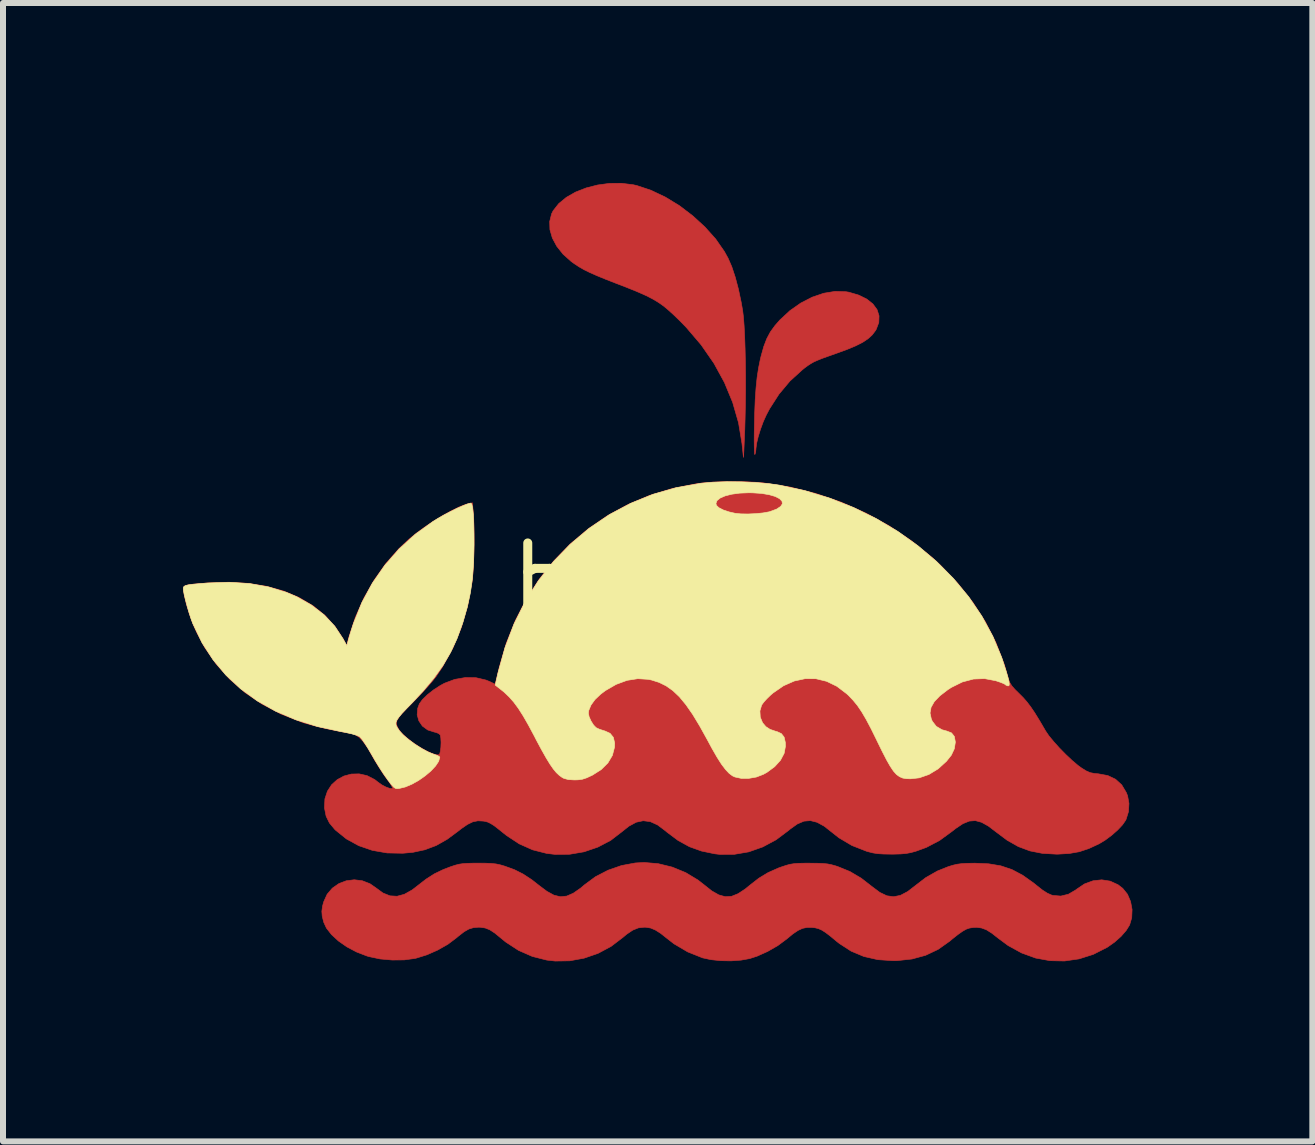
<source format=kicad_pcb>
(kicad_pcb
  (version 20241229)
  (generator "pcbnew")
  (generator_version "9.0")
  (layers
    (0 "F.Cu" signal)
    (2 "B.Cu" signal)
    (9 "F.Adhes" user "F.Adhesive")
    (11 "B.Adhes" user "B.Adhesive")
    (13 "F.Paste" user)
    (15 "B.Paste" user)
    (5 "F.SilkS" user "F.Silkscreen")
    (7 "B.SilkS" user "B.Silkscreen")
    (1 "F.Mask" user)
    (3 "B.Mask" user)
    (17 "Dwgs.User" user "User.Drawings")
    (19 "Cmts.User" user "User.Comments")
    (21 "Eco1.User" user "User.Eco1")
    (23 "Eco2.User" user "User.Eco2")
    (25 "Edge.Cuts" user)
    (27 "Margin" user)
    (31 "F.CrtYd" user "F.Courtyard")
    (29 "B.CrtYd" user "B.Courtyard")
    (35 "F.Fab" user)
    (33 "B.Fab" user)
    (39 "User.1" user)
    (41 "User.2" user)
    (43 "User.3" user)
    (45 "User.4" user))
  (footprint "beluga"
    (layer "F.Cu")
    (at 8.62 6.691)
    (property "Reference" "beluga" (at 0 0 0) (layer "F.SilkS") (effects (font (size 1.27 1.27) (thickness 0.15))))
    (attr through_hole)
    (fp_poly (pts (xy 2.433 -4.878) (xy 2.481 -4.87) (xy 2.644 -4.822) (xy 2.778 -4.756) (xy 2.881 -4.674) (xy 2.95 -4.58) (xy 2.983 -4.476) (xy 2.979 -4.365) (xy 2.936 -4.251) (xy 2.922 -4.228) (xy 2.869 -4.158) (xy 2.801 -4.096) (xy 2.712 -4.036) (xy 2.596 -3.977) (xy 2.45 -3.916) (xy 2.283 -3.855) (xy 2.145 -3.806) (xy 2.039 -3.768) (xy 1.959 -3.736) (xy 1.896 -3.708) (xy 1.845 -3.679) (xy 1.796 -3.647) (xy 1.743 -3.608) (xy 1.7 -3.573) (xy 1.498 -3.389) (xy 1.316 -3.172) (xy 1.159 -2.928) (xy 1.104 -2.824) (xy 1.053 -2.711) (xy 1.007 -2.586) (xy 0.969 -2.462) (xy 0.942 -2.35) (xy 0.931 -2.262) (xy 0.931 -2.256) (xy 0.925 -2.2) (xy 0.913 -2.163) (xy 0.909 -2.175) (xy 0.905 -2.224) (xy 0.903 -2.303) (xy 0.902 -2.408) (xy 0.903 -2.533) (xy 0.904 -2.587) (xy 0.91 -2.852) (xy 0.919 -3.082) (xy 0.933 -3.28) (xy 0.951 -3.454) (xy 0.975 -3.609) (xy 1.004 -3.752) (xy 1.016 -3.802) (xy 1.061 -3.963) (xy 1.111 -4.094) (xy 1.171 -4.207) (xy 1.247 -4.312) (xy 1.331 -4.408) (xy 1.498 -4.563) (xy 1.679 -4.69) (xy 1.868 -4.787) (xy 2.061 -4.853) (xy 2.251 -4.884) (xy 2.433 -4.878)) (stroke (width 0.01) (type solid)) (fill yes) (layer "F.Cu"))
    (fp_poly (pts (xy -1.118 -6.662) (xy -1.058 -6.649) (xy -0.82 -6.57) (xy -0.58 -6.456) (xy -0.345 -6.313) (xy -0.123 -6.144) (xy 0.081 -5.957) (xy 0.26 -5.757) (xy 0.406 -5.547) (xy 0.467 -5.436) (xy 0.528 -5.296) (xy 0.586 -5.121) (xy 0.639 -4.921) (xy 0.685 -4.704) (xy 0.71 -4.561) (xy 0.723 -4.453) (xy 0.734 -4.308) (xy 0.743 -4.132) (xy 0.75 -3.932) (xy 0.755 -3.712) (xy 0.758 -3.479) (xy 0.758 -3.238) (xy 0.755 -2.996) (xy 0.75 -2.757) (xy 0.745 -2.582) (xy 0.739 -2.445) (xy 0.734 -2.324) (xy 0.73 -2.226) (xy 0.726 -2.156) (xy 0.724 -2.12) (xy 0.723 -2.117) (xy 0.719 -2.151) (xy 0.712 -2.216) (xy 0.703 -2.301) (xy 0.698 -2.349) (xy 0.641 -2.694) (xy 0.543 -3.034) (xy 0.406 -3.365) (xy 0.231 -3.685) (xy 0.018 -3.992) (xy -0.23 -4.283) (xy -0.331 -4.387) (xy -0.433 -4.486) (xy -0.524 -4.569) (xy -0.609 -4.64) (xy -0.696 -4.701) (xy -0.79 -4.757) (xy -0.897 -4.812) (xy -1.025 -4.869) (xy -1.179 -4.932) (xy -1.366 -5.005) (xy -1.39 -5.014) (xy -1.57 -5.084) (xy -1.716 -5.144) (xy -1.834 -5.196) (xy -1.932 -5.244) (xy -2.016 -5.292) (xy -2.092 -5.342) (xy -2.149 -5.383) (xy -2.284 -5.504) (xy -2.389 -5.636) (xy -2.463 -5.774) (xy -2.503 -5.913) (xy -2.507 -6.049) (xy -2.475 -6.177) (xy -2.45 -6.227) (xy -2.357 -6.346) (xy -2.23 -6.451) (xy -2.076 -6.539) (xy -1.9 -6.608) (xy -1.71 -6.657) (xy -1.512 -6.684) (xy -1.313 -6.686) (xy -1.118 -6.662)) (stroke (width 0.01) (type solid)) (fill yes) (layer "F.Cu"))
    (fp_poly (pts (xy -0.697 4.656) (xy -0.464 4.713) (xy -0.24 4.805) (xy -0.036 4.928) (xy 0.064 5.006) (xy 0.195 5.11) (xy 0.311 5.176) (xy 0.419 5.206) (xy 0.525 5.2) (xy 0.634 5.156) (xy 0.754 5.077) (xy 0.822 5.021) (xy 0.978 4.899) (xy 1.133 4.805) (xy 1.306 4.728) (xy 1.365 4.707) (xy 1.438 4.683) (xy 1.501 4.666) (xy 1.565 4.656) (xy 1.641 4.65) (xy 1.74 4.648) (xy 1.831 4.648) (xy 1.956 4.649) (xy 2.05 4.653) (xy 2.124 4.66) (xy 2.189 4.673) (xy 2.258 4.692) (xy 2.297 4.705) (xy 2.498 4.787) (xy 2.686 4.898) (xy 2.869 5.04) (xy 2.996 5.135) (xy 3.113 5.191) (xy 3.226 5.207) (xy 3.34 5.184) (xy 3.46 5.121) (xy 3.57 5.036) (xy 3.761 4.889) (xy 3.956 4.778) (xy 4.138 4.705) (xy 4.217 4.681) (xy 4.287 4.665) (xy 4.362 4.655) (xy 4.453 4.65) (xy 4.573 4.648) (xy 4.583 4.648) (xy 4.811 4.658) (xy 5.013 4.692) (xy 5.198 4.754) (xy 5.376 4.848) (xy 5.558 4.977) (xy 5.606 5.016) (xy 5.706 5.095) (xy 5.787 5.147) (xy 5.856 5.178) (xy 5.881 5.185) (xy 6.013 5.196) (xy 6.14 5.165) (xy 6.26 5.095) (xy 6.272 5.085) (xy 6.407 4.994) (xy 6.55 4.941) (xy 6.695 4.925) (xy 6.836 4.947) (xy 6.967 5.007) (xy 7.045 5.067) (xy 7.124 5.165) (xy 7.176 5.287) (xy 7.201 5.421) (xy 7.195 5.558) (xy 7.16 5.677) (xy 7.103 5.769) (xy 7.017 5.868) (xy 6.909 5.964) (xy 6.79 6.048) (xy 6.785 6.051) (xy 6.554 6.168) (xy 6.317 6.243) (xy 6.075 6.278) (xy 5.833 6.273) (xy 5.593 6.229) (xy 5.359 6.144) (xy 5.135 6.021) (xy 4.969 5.898) (xy 4.862 5.814) (xy 4.773 5.758) (xy 4.692 5.728) (xy 4.611 5.717) (xy 4.549 5.72) (xy 4.492 5.729) (xy 4.436 5.748) (xy 4.376 5.782) (xy 4.302 5.834) (xy 4.208 5.908) (xy 4.162 5.947) (xy 3.969 6.084) (xy 3.76 6.183) (xy 3.533 6.245) (xy 3.286 6.272) (xy 3.217 6.273) (xy 2.963 6.256) (xy 2.73 6.203) (xy 2.518 6.114) (xy 2.322 5.987) (xy 2.275 5.95) (xy 2.173 5.865) (xy 2.093 5.804) (xy 2.03 5.764) (xy 1.974 5.739) (xy 1.918 5.725) (xy 1.864 5.719) (xy 1.782 5.719) (xy 1.708 5.734) (xy 1.632 5.769) (xy 1.546 5.827) (xy 1.442 5.913) (xy 1.439 5.915) (xy 1.295 6.022) (xy 1.126 6.119) (xy 0.95 6.198) (xy 0.826 6.238) (xy 0.682 6.264) (xy 0.516 6.276) (xy 0.344 6.273) (xy 0.181 6.256) (xy 0.043 6.226) (xy 0.042 6.226) (xy -0.206 6.127) (xy -0.435 5.992) (xy -0.552 5.901) (xy -0.658 5.817) (xy -0.745 5.762) (xy -0.823 5.729) (xy -0.901 5.716) (xy -0.931 5.715) (xy -1.029 5.726) (xy -1.123 5.764) (xy -1.224 5.832) (xy -1.287 5.885) (xy -1.484 6.035) (xy -1.701 6.151) (xy -1.933 6.231) (xy -2.173 6.275) (xy -2.415 6.279) (xy -2.556 6.263) (xy -2.797 6.202) (xy -3.027 6.101) (xy -3.24 5.962) (xy -3.323 5.894) (xy -3.423 5.812) (xy -3.506 5.758) (xy -3.582 5.728) (xy -3.662 5.716) (xy -3.694 5.715) (xy -3.777 5.722) (xy -3.854 5.745) (xy -3.933 5.79) (xy -4.025 5.861) (xy -4.064 5.894) (xy -4.205 6) (xy -4.374 6.096) (xy -4.553 6.175) (xy -4.73 6.23) (xy -4.75 6.235) (xy -4.932 6.26) (xy -5.132 6.262) (xy -5.334 6.244) (xy -5.519 6.205) (xy -5.556 6.194) (xy -5.729 6.127) (xy -5.889 6.042) (xy -6.029 5.944) (xy -6.144 5.838) (xy -6.229 5.729) (xy -6.274 5.631) (xy -6.299 5.531) (xy -6.305 5.45) (xy -6.294 5.366) (xy -6.275 5.294) (xy -6.217 5.166) (xy -6.13 5.064) (xy -6.021 4.988) (xy -5.898 4.941) (xy -5.765 4.924) (xy -5.632 4.94) (xy -5.503 4.99) (xy -5.405 5.058) (xy -5.286 5.145) (xy -5.169 5.192) (xy -5.051 5.199) (xy -4.929 5.166) (xy -4.799 5.093) (xy -4.715 5.028) (xy -4.568 4.914) (xy -4.429 4.825) (xy -4.284 4.755) (xy -4.159 4.707) (xy -4.084 4.682) (xy -4.019 4.665) (xy -3.951 4.655) (xy -3.87 4.65) (xy -3.764 4.647) (xy -3.704 4.647) (xy -3.577 4.648) (xy -3.481 4.652) (xy -3.403 4.66) (xy -3.332 4.675) (xy -3.26 4.696) (xy -3.097 4.755) (xy -2.95 4.829) (xy -2.805 4.924) (xy -2.684 5.019) (xy -2.552 5.118) (xy -2.436 5.181) (xy -2.329 5.207) (xy -2.223 5.196) (xy -2.113 5.148) (xy -1.992 5.064) (xy -1.926 5.008) (xy -1.743 4.873) (xy -1.534 4.765) (xy -1.31 4.687) (xy -1.079 4.644) (xy -0.931 4.636) (xy -0.697 4.656)) (stroke (width 0.01) (type solid)) (fill yes) (layer "F.Cu"))
    (fp_poly (pts (xy 0.742 -1.711) (xy 0.916 -1.703) (xy 1.054 -1.692) (xy 1.495 -1.624) (xy 1.929 -1.515) (xy 2.354 -1.37) (xy 2.764 -1.188) (xy 3.157 -0.972) (xy 3.526 -0.724) (xy 3.87 -0.446) (xy 4.008 -0.318) (xy 4.298 -0.014) (xy 4.547 0.3) (xy 4.758 0.628) (xy 4.932 0.972) (xy 5.071 1.334) (xy 5.144 1.586) (xy 5.164 1.64) (xy 5.197 1.693) (xy 5.251 1.754) (xy 5.32 1.822) (xy 5.387 1.889) (xy 5.449 1.96) (xy 5.512 2.043) (xy 5.581 2.145) (xy 5.658 2.27) (xy 5.75 2.427) (xy 5.759 2.443) (xy 5.814 2.524) (xy 5.894 2.621) (xy 5.99 2.728) (xy 6.095 2.835) (xy 6.201 2.935) (xy 6.299 3.018) (xy 6.361 3.063) (xy 6.437 3.11) (xy 6.501 3.138) (xy 6.572 3.152) (xy 6.639 3.158) (xy 6.796 3.187) (xy 6.925 3.248) (xy 7.028 3.342) (xy 7.104 3.469) (xy 7.126 3.524) (xy 7.149 3.652) (xy 7.141 3.789) (xy 7.101 3.917) (xy 7.094 3.932) (xy 7.041 4.009) (xy 6.959 4.096) (xy 6.859 4.184) (xy 6.75 4.265) (xy 6.65 4.325) (xy 6.48 4.404) (xy 6.32 4.457) (xy 6.154 4.486) (xy 5.966 4.497) (xy 5.937 4.497) (xy 5.706 4.484) (xy 5.498 4.443) (xy 5.305 4.371) (xy 5.118 4.265) (xy 4.934 4.127) (xy 4.805 4.029) (xy 4.692 3.966) (xy 4.588 3.938) (xy 4.487 3.946) (xy 4.381 3.989) (xy 4.264 4.067) (xy 4.203 4.115) (xy 3.992 4.269) (xy 3.771 4.385) (xy 3.598 4.448) (xy 3.514 4.471) (xy 3.433 4.486) (xy 3.34 4.494) (xy 3.223 4.497) (xy 3.186 4.497) (xy 3.06 4.495) (xy 2.962 4.489) (xy 2.879 4.476) (xy 2.797 4.455) (xy 2.773 4.448) (xy 2.531 4.353) (xy 2.315 4.225) (xy 2.201 4.135) (xy 2.069 4.031) (xy 1.95 3.966) (xy 1.839 3.938) (xy 1.731 3.947) (xy 1.621 3.994) (xy 1.503 4.078) (xy 1.48 4.098) (xy 1.268 4.257) (xy 1.044 4.377) (xy 0.811 4.459) (xy 0.571 4.5) (xy 0.328 4.501) (xy 0.242 4.491) (xy 0.022 4.445) (xy -0.178 4.373) (xy -0.367 4.269) (xy -0.554 4.129) (xy -0.581 4.106) (xy -0.709 4.01) (xy -0.83 3.955) (xy -0.948 3.94) (xy -1.065 3.965) (xy -1.187 4.031) (xy -1.301 4.122) (xy -1.491 4.268) (xy -1.705 4.38) (xy -1.934 4.458) (xy -2.174 4.499) (xy -2.418 4.501) (xy -2.556 4.485) (xy -2.792 4.425) (xy -3.016 4.325) (xy -3.228 4.185) (xy -3.267 4.154) (xy -3.363 4.077) (xy -3.434 4.022) (xy -3.49 3.987) (xy -3.536 3.964) (xy -3.581 3.951) (xy -3.613 3.946) (xy -3.703 3.941) (xy -3.788 3.958) (xy -3.877 4.001) (xy -3.98 4.072) (xy -4.024 4.107) (xy -4.214 4.248) (xy -4.399 4.353) (xy -4.588 4.424) (xy -4.789 4.467) (xy -4.955 4.482) (xy -5.217 4.477) (xy -5.463 4.434) (xy -5.69 4.356) (xy -5.896 4.243) (xy -6.078 4.096) (xy -6.089 4.085) (xy -6.179 3.977) (xy -6.234 3.864) (xy -6.26 3.733) (xy -6.261 3.719) (xy -6.254 3.575) (xy -6.212 3.448) (xy -6.142 3.34) (xy -6.048 3.255) (xy -5.937 3.195) (xy -5.813 3.162) (xy -5.683 3.159) (xy -5.552 3.188) (xy -5.425 3.253) (xy -5.365 3.3) (xy -5.306 3.342) (xy -5.238 3.378) (xy -5.174 3.401) (xy -5.128 3.405) (xy -5.124 3.404) (xy -5.128 3.386) (xy -5.153 3.341) (xy -5.195 3.279) (xy -5.225 3.239) (xy -5.286 3.152) (xy -5.356 3.043) (xy -5.426 2.928) (xy -5.469 2.852) (xy -5.548 2.715) (xy -5.62 2.615) (xy -5.688 2.545) (xy -5.756 2.503) (xy -5.815 2.486) (xy -6.032 2.446) (xy -6.24 2.403) (xy -6.429 2.357) (xy -6.59 2.313) (xy -6.643 2.295) (xy -6.986 2.161) (xy -7.301 1.996) (xy -7.586 1.803) (xy -7.841 1.58) (xy -8.065 1.33) (xy -8.257 1.053) (xy -8.391 0.802) (xy -8.457 0.649) (xy -8.516 0.485) (xy -8.565 0.324) (xy -8.598 0.18) (xy -8.606 0.13) (xy -8.611 0.089) (xy -8.611 0.058) (xy -8.601 0.035) (xy -8.574 0.019) (xy -8.527 0.007) (xy -8.453 -0.003) (xy -8.347 -0.013) (xy -8.206 -0.024) (xy -7.859 -0.036) (xy -7.531 -0.017) (xy -7.225 0.032) (xy -6.942 0.111) (xy -6.685 0.219) (xy -6.454 0.355) (xy -6.252 0.518) (xy -6.081 0.709) (xy -5.949 0.911) (xy -5.891 1.018) (xy -5.853 0.874) (xy -5.747 0.549) (xy -5.607 0.233) (xy -5.436 -0.067) (xy -5.24 -0.346) (xy -5.02 -0.596) (xy -4.852 -0.754) (xy -4.725 -0.857) (xy -4.583 -0.96) (xy -4.433 -1.06) (xy -4.283 -1.151) (xy -4.14 -1.23) (xy -4.011 -1.293) (xy -3.903 -1.334) (xy -3.857 -1.346) (xy -3.795 -1.359) (xy -3.782 -1.214) (xy -3.773 -1.089) (xy -3.769 -0.935) (xy -3.767 -0.762) (xy -3.769 -0.583) (xy -3.774 -0.406) (xy -3.782 -0.244) (xy -3.793 -0.107) (xy -3.801 -0.038) (xy -3.874 0.354) (xy -3.981 0.722) (xy -4.122 1.064) (xy -4.298 1.382) (xy -4.398 1.532) (xy -4.455 1.605) (xy -4.535 1.698) (xy -4.628 1.801) (xy -4.728 1.906) (xy -4.792 1.971) (xy -4.896 2.075) (xy -4.972 2.156) (xy -5.023 2.218) (xy -5.053 2.268) (xy -5.063 2.31) (xy -5.056 2.351) (xy -5.036 2.395) (xy -5.024 2.417) (xy -4.973 2.481) (xy -4.892 2.555) (xy -4.793 2.633) (xy -4.683 2.707) (xy -4.574 2.77) (xy -4.474 2.817) (xy -4.413 2.836) (xy -4.365 2.844) (xy -4.342 2.83) (xy -4.331 2.789) (xy -4.321 2.716) (xy -4.318 2.634) (xy -4.322 2.559) (xy -4.331 2.51) (xy -4.359 2.485) (xy -4.414 2.465) (xy -4.427 2.463) (xy -4.54 2.427) (xy -4.629 2.362) (xy -4.688 2.275) (xy -4.716 2.174) (xy -4.707 2.066) (xy -4.679 1.991) (xy -4.628 1.92) (xy -4.547 1.841) (xy -4.446 1.761) (xy -4.334 1.688) (xy -4.263 1.649) (xy -4.091 1.584) (xy -3.912 1.553) (xy -3.735 1.556) (xy -3.569 1.595) (xy -3.501 1.623) (xy -3.416 1.664) (xy -3.347 1.378) (xy -3.23 0.978) (xy -3.079 0.6) (xy -2.894 0.243) (xy -2.679 -0.09) (xy -2.434 -0.397) (xy -2.162 -0.676) (xy -1.864 -0.926) (xy -1.544 -1.145) (xy -1.201 -1.332) (xy -0.84 -1.484) (xy -0.46 -1.599) (xy -0.065 -1.677) (xy 0.053 -1.692) (xy 0.197 -1.704) (xy 0.369 -1.711) (xy 0.555 -1.713) (xy 0.742 -1.711)) (stroke (width 0.01) (type solid)) (fill yes) (layer "F.Cu"))
    (fp_poly (pts (xy 2.445 -4.873) (xy 2.627 -4.823) (xy 2.797 -4.739) (xy 2.799 -4.738) (xy 2.9 -4.653) (xy 2.963 -4.556) (xy 2.986 -4.449) (xy 2.97 -4.338) (xy 2.915 -4.225) (xy 2.831 -4.127) (xy 2.764 -4.071) (xy 2.68 -4.018) (xy 2.574 -3.966) (xy 2.439 -3.911) (xy 2.271 -3.851) (xy 2.239 -3.84) (xy 2.084 -3.786) (xy 1.96 -3.736) (xy 1.857 -3.685) (xy 1.766 -3.626) (xy 1.677 -3.555) (xy 1.579 -3.465) (xy 1.553 -3.44) (xy 1.349 -3.214) (xy 1.183 -2.974) (xy 1.056 -2.723) (xy 0.969 -2.463) (xy 0.942 -2.337) (xy 0.927 -2.254) (xy 0.914 -2.188) (xy 0.904 -2.149) (xy 0.902 -2.143) (xy 0.899 -2.16) (xy 0.898 -2.211) (xy 0.899 -2.289) (xy 0.901 -2.386) (xy 0.902 -2.396) (xy 0.905 -2.514) (xy 0.909 -2.659) (xy 0.914 -2.814) (xy 0.918 -2.963) (xy 0.919 -3.006) (xy 0.935 -3.287) (xy 0.965 -3.545) (xy 1.009 -3.777) (xy 1.066 -3.978) (xy 1.135 -4.143) (xy 1.159 -4.187) (xy 1.266 -4.336) (xy 1.406 -4.48) (xy 1.571 -4.612) (xy 1.751 -4.726) (xy 1.936 -4.814) (xy 2.08 -4.861) (xy 2.259 -4.886) (xy 2.445 -4.873)) (stroke (width 0.01) (type solid)) (fill yes) (layer "F.Mask"))
    (fp_poly (pts (xy -1.235 -6.679) (xy -1.113 -6.663) (xy -1.098 -6.66) (xy -0.874 -6.59) (xy -0.643 -6.486) (xy -0.412 -6.352) (xy -0.191 -6.196) (xy 0.014 -6.021) (xy 0.194 -5.833) (xy 0.275 -5.733) (xy 0.383 -5.58) (xy 0.465 -5.437) (xy 0.53 -5.288) (xy 0.579 -5.143) (xy 0.631 -4.952) (xy 0.674 -4.761) (xy 0.707 -4.563) (xy 0.731 -4.352) (xy 0.748 -4.12) (xy 0.757 -3.861) (xy 0.759 -3.568) (xy 0.759 -3.503) (xy 0.758 -3.358) (xy 0.756 -3.202) (xy 0.754 -3.039) (xy 0.751 -2.874) (xy 0.747 -2.714) (xy 0.743 -2.562) (xy 0.739 -2.425) (xy 0.735 -2.307) (xy 0.732 -2.213) (xy 0.728 -2.149) (xy 0.725 -2.12) (xy 0.724 -2.12) (xy 0.72 -2.145) (xy 0.713 -2.203) (xy 0.705 -2.285) (xy 0.698 -2.353) (xy 0.641 -2.702) (xy 0.543 -3.043) (xy 0.404 -3.377) (xy 0.224 -3.702) (xy 0.003 -4.018) (xy -0.148 -4.202) (xy -0.279 -4.348) (xy -0.401 -4.471) (xy -0.521 -4.577) (xy -0.646 -4.669) (xy -0.782 -4.752) (xy -0.937 -4.83) (xy -1.118 -4.909) (xy -1.331 -4.993) (xy -1.376 -5.01) (xy -1.614 -5.104) (xy -1.815 -5.192) (xy -1.982 -5.278) (xy -2.12 -5.365) (xy -2.233 -5.455) (xy -2.325 -5.552) (xy -2.399 -5.658) (xy -2.452 -5.757) (xy -2.5 -5.902) (xy -2.506 -6.045) (xy -2.471 -6.181) (xy -2.398 -6.304) (xy -2.312 -6.392) (xy -2.225 -6.453) (xy -2.11 -6.517) (xy -1.984 -6.576) (xy -1.86 -6.622) (xy -1.81 -6.638) (xy -1.683 -6.663) (xy -1.535 -6.679) (xy -1.381 -6.684) (xy -1.235 -6.679)) (stroke (width 0.01) (type solid)) (fill yes) (layer "F.Mask"))
    (fp_poly (pts (xy 1.978 4.644) (xy 2.215 4.687) (xy 2.447 4.77) (xy 2.669 4.891) (xy 2.874 5.046) (xy 2.998 5.14) (xy 3.116 5.194) (xy 3.231 5.208) (xy 3.347 5.182) (xy 3.47 5.115) (xy 3.566 5.04) (xy 3.77 4.884) (xy 3.978 4.768) (xy 4.194 4.691) (xy 4.426 4.648) (xy 4.509 4.641) (xy 4.757 4.648) (xy 4.999 4.694) (xy 5.23 4.777) (xy 5.444 4.896) (xy 5.588 5.006) (xy 5.683 5.086) (xy 5.758 5.139) (xy 5.824 5.172) (xy 5.891 5.188) (xy 5.969 5.193) (xy 5.98 5.193) (xy 6.067 5.189) (xy 6.137 5.172) (xy 6.205 5.137) (xy 6.286 5.079) (xy 6.302 5.066) (xy 6.42 4.986) (xy 6.538 4.942) (xy 6.669 4.928) (xy 6.673 4.928) (xy 6.82 4.947) (xy 6.949 5.002) (xy 7.057 5.088) (xy 7.138 5.2) (xy 7.187 5.334) (xy 7.201 5.46) (xy 7.192 5.573) (xy 7.161 5.67) (xy 7.104 5.763) (xy 7.015 5.861) (xy 6.979 5.896) (xy 6.788 6.046) (xy 6.579 6.158) (xy 6.352 6.233) (xy 6.105 6.269) (xy 5.98 6.274) (xy 5.805 6.267) (xy 5.66 6.249) (xy 5.609 6.238) (xy 5.437 6.179) (xy 5.261 6.095) (xy 5.098 5.995) (xy 4.995 5.916) (xy 4.887 5.827) (xy 4.796 5.767) (xy 4.714 5.731) (xy 4.633 5.716) (xy 4.598 5.715) (xy 4.517 5.723) (xy 4.435 5.751) (xy 4.345 5.802) (xy 4.24 5.88) (xy 4.18 5.93) (xy 3.983 6.071) (xy 3.767 6.177) (xy 3.538 6.246) (xy 3.302 6.278) (xy 3.063 6.273) (xy 2.828 6.231) (xy 2.6 6.15) (xy 2.455 6.075) (xy 2.366 6.017) (xy 2.269 5.946) (xy 2.191 5.883) (xy 2.092 5.803) (xy 2.007 5.751) (xy 1.925 5.724) (xy 1.837 5.715) (xy 1.831 5.715) (xy 1.748 5.721) (xy 1.672 5.744) (xy 1.594 5.787) (xy 1.503 5.856) (xy 1.45 5.903) (xy 1.293 6.022) (xy 1.11 6.126) (xy 0.919 6.207) (xy 0.826 6.236) (xy 0.701 6.259) (xy 0.552 6.272) (xy 0.393 6.273) (xy 0.24 6.264) (xy 0.109 6.243) (xy 0.085 6.238) (xy -0.092 6.177) (xy -0.275 6.089) (xy -0.446 5.983) (xy -0.54 5.91) (xy -0.642 5.827) (xy -0.724 5.771) (xy -0.793 5.736) (xy -0.858 5.719) (xy -0.92 5.715) (xy -1.024 5.726) (xy -1.12 5.762) (xy -1.22 5.828) (xy -1.28 5.879) (xy -1.486 6.035) (xy -1.709 6.153) (xy -1.946 6.234) (xy -2.192 6.275) (xy -2.444 6.275) (xy -2.545 6.264) (xy -2.779 6.208) (xy -3.005 6.112) (xy -3.22 5.975) (xy -3.328 5.887) (xy -3.428 5.807) (xy -3.512 5.754) (xy -3.591 5.725) (xy -3.675 5.715) (xy -3.694 5.715) (xy -3.779 5.722) (xy -3.856 5.745) (xy -3.937 5.791) (xy -4.03 5.863) (xy -4.064 5.892) (xy -4.264 6.039) (xy -4.491 6.153) (xy -4.636 6.205) (xy -4.764 6.234) (xy -4.919 6.252) (xy -5.086 6.258) (xy -5.252 6.252) (xy -5.401 6.235) (xy -5.482 6.217) (xy -5.675 6.15) (xy -5.851 6.063) (xy -6.004 5.96) (xy -6.13 5.844) (xy -6.225 5.72) (xy -6.284 5.59) (xy -6.3 5.519) (xy -6.299 5.38) (xy -6.261 5.25) (xy -6.191 5.135) (xy -6.094 5.04) (xy -5.976 4.971) (xy -5.84 4.934) (xy -5.768 4.929) (xy -5.635 4.941) (xy -5.525 4.979) (xy -5.423 5.048) (xy -5.417 5.053) (xy -5.298 5.141) (xy -5.182 5.191) (xy -5.066 5.202) (xy -4.946 5.174) (xy -4.818 5.107) (xy -4.694 5.015) (xy -4.497 4.869) (xy -4.298 4.761) (xy -4.089 4.689) (xy -3.863 4.648) (xy -3.795 4.642) (xy -3.545 4.644) (xy -3.303 4.688) (xy -3.069 4.772) (xy -2.848 4.895) (xy -2.648 5.051) (xy -2.524 5.144) (xy -2.405 5.196) (xy -2.287 5.207) (xy -2.167 5.176) (xy -2.042 5.105) (xy -1.96 5.039) (xy -1.748 4.879) (xy -1.522 4.757) (xy -1.386 4.705) (xy -1.307 4.681) (xy -1.237 4.664) (xy -1.162 4.655) (xy -1.07 4.649) (xy -0.949 4.648) (xy -0.942 4.648) (xy -0.817 4.648) (xy -0.721 4.652) (xy -0.644 4.662) (xy -0.572 4.677) (xy -0.508 4.696) (xy -0.266 4.792) (xy -0.05 4.919) (xy 0.063 5.009) (xy 0.187 5.107) (xy 0.295 5.17) (xy 0.395 5.202) (xy 0.45 5.207) (xy 0.527 5.199) (xy 0.602 5.174) (xy 0.685 5.127) (xy 0.784 5.054) (xy 0.829 5.017) (xy 1.041 4.864) (xy 1.266 4.75) (xy 1.5 4.676) (xy 1.738 4.64) (xy 1.978 4.644)) (stroke (width 0.01) (type solid)) (fill yes) (layer "F.Mask"))
    (fp_poly (pts (xy -3.661 1.572) (xy -3.487 1.636) (xy -3.479 1.64) (xy -3.368 1.702) (xy -3.267 1.773) (xy -3.173 1.859) (xy -3.082 1.965) (xy -2.99 2.095) (xy -2.893 2.253) (xy -2.787 2.445) (xy -2.742 2.529) (xy -2.635 2.73) (xy -2.539 2.897) (xy -2.456 3.028) (xy -2.387 3.121) (xy -2.335 3.174) (xy -2.235 3.23) (xy -2.12 3.249) (xy -1.986 3.233) (xy -1.974 3.231) (xy -1.834 3.181) (xy -1.709 3.109) (xy -1.604 3.02) (xy -1.521 2.919) (xy -1.465 2.81) (xy -1.44 2.701) (xy -1.45 2.595) (xy -1.471 2.54) (xy -1.511 2.49) (xy -1.575 2.465) (xy -1.582 2.464) (xy -1.701 2.425) (xy -1.792 2.36) (xy -1.85 2.273) (xy -1.873 2.169) (xy -1.861 2.065) (xy -1.824 1.988) (xy -1.756 1.902) (xy -1.664 1.815) (xy -1.556 1.733) (xy -1.44 1.665) (xy -1.433 1.662) (xy -1.241 1.587) (xy -1.051 1.555) (xy -0.865 1.564) (xy -0.686 1.614) (xy -0.515 1.706) (xy -0.389 1.805) (xy -0.308 1.884) (xy -0.234 1.968) (xy -0.163 2.064) (xy -0.089 2.179) (xy -0.008 2.32) (xy 0.058 2.441) (xy 0.165 2.64) (xy 0.258 2.802) (xy 0.337 2.932) (xy 0.405 3.032) (xy 0.464 3.104) (xy 0.515 3.152) (xy 0.54 3.169) (xy 0.654 3.211) (xy 0.779 3.22) (xy 0.91 3.199) (xy 1.038 3.153) (xy 1.156 3.085) (xy 1.259 2.999) (xy 1.34 2.899) (xy 1.39 2.788) (xy 1.405 2.687) (xy 1.394 2.588) (xy 1.356 2.519) (xy 1.287 2.474) (xy 1.234 2.457) (xy 1.123 2.41) (xy 1.04 2.337) (xy 0.989 2.245) (xy 0.973 2.139) (xy 0.996 2.027) (xy 1.009 1.997) (xy 1.052 1.934) (xy 1.124 1.861) (xy 1.215 1.786) (xy 1.316 1.715) (xy 1.418 1.657) (xy 1.429 1.652) (xy 1.619 1.581) (xy 1.806 1.551) (xy 1.989 1.564) (xy 2.166 1.618) (xy 2.337 1.713) (xy 2.5 1.849) (xy 2.625 1.988) (xy 2.685 2.073) (xy 2.759 2.199) (xy 2.848 2.363) (xy 2.95 2.566) (xy 2.963 2.592) (xy 3.029 2.726) (xy 3.094 2.85) (xy 3.152 2.959) (xy 3.201 3.046) (xy 3.238 3.106) (xy 3.254 3.126) (xy 3.341 3.194) (xy 3.447 3.225) (xy 3.572 3.222) (xy 3.638 3.209) (xy 3.785 3.159) (xy 3.921 3.086) (xy 4.039 2.997) (xy 4.134 2.897) (xy 4.2 2.79) (xy 4.231 2.683) (xy 4.233 2.651) (xy 4.226 2.562) (xy 4.2 2.506) (xy 4.151 2.474) (xy 4.105 2.463) (xy 3.99 2.426) (xy 3.902 2.356) (xy 3.845 2.262) (xy 3.817 2.174) (xy 3.814 2.098) (xy 3.84 2.025) (xy 3.897 1.946) (xy 3.976 1.863) (xy 4.136 1.732) (xy 4.308 1.635) (xy 4.487 1.574) (xy 4.667 1.549) (xy 4.828 1.562) (xy 4.971 1.599) (xy 5.102 1.656) (xy 5.225 1.737) (xy 5.344 1.845) (xy 5.464 1.984) (xy 5.586 2.157) (xy 5.715 2.367) (xy 5.729 2.39) (xy 5.836 2.551) (xy 5.973 2.716) (xy 6.128 2.874) (xy 6.291 3.012) (xy 6.315 3.031) (xy 6.394 3.088) (xy 6.452 3.124) (xy 6.498 3.144) (xy 6.544 3.152) (xy 6.591 3.154) (xy 6.744 3.172) (xy 6.88 3.225) (xy 6.993 3.308) (xy 7.078 3.418) (xy 7.124 3.526) (xy 7.15 3.672) (xy 7.138 3.808) (xy 7.088 3.936) (xy 6.998 4.059) (xy 6.868 4.178) (xy 6.734 4.273) (xy 6.523 4.383) (xy 6.295 4.459) (xy 6.056 4.498) (xy 5.814 4.501) (xy 5.578 4.464) (xy 5.546 4.456) (xy 5.4 4.406) (xy 5.244 4.331) (xy 5.093 4.242) (xy 4.963 4.146) (xy 4.953 4.138) (xy 4.82 4.034) (xy 4.7 3.967) (xy 4.588 3.939) (xy 4.478 3.948) (xy 4.364 3.994) (xy 4.24 4.079) (xy 4.173 4.134) (xy 3.976 4.279) (xy 3.753 4.391) (xy 3.587 4.449) (xy 3.434 4.48) (xy 3.26 4.496) (xy 3.081 4.496) (xy 2.914 4.48) (xy 2.815 4.46) (xy 2.635 4.397) (xy 2.45 4.306) (xy 2.278 4.194) (xy 2.185 4.12) (xy 2.064 4.024) (xy 1.954 3.963) (xy 1.85 3.937) (xy 1.745 3.946) (xy 1.633 3.99) (xy 1.51 4.07) (xy 1.407 4.152) (xy 1.213 4.294) (xy 1.008 4.397) (xy 0.787 4.462) (xy 0.545 4.493) (xy 0.445 4.495) (xy 0.191 4.478) (xy -0.041 4.425) (xy -0.254 4.335) (xy -0.451 4.208) (xy -0.5 4.169) (xy -0.601 4.086) (xy -0.678 4.026) (xy -0.739 3.987) (xy -0.792 3.963) (xy -0.845 3.952) (xy -0.905 3.948) (xy -0.931 3.948) (xy -0.997 3.949) (xy -1.051 3.958) (xy -1.103 3.976) (xy -1.16 4.009) (xy -1.23 4.061) (xy -1.321 4.135) (xy -1.365 4.172) (xy -1.514 4.278) (xy -1.688 4.371) (xy -1.867 4.44) (xy -1.916 4.454) (xy -1.991 4.469) (xy -2.089 4.483) (xy -2.197 4.493) (xy -2.305 4.5) (xy -2.4 4.503) (xy -2.469 4.5) (xy -2.487 4.497) (xy -2.531 4.487) (xy -2.599 4.474) (xy -2.646 4.464) (xy -2.767 4.43) (xy -2.905 4.371) (xy -3.05 4.297) (xy -3.186 4.211) (xy -3.297 4.128) (xy -3.373 4.067) (xy -3.447 4.013) (xy -3.506 3.976) (xy -3.524 3.968) (xy -3.635 3.939) (xy -3.749 3.946) (xy -3.867 3.992) (xy -3.994 4.076) (xy -4.05 4.123) (xy -4.241 4.262) (xy -4.454 4.37) (xy -4.685 4.443) (xy -4.925 4.481) (xy -5.169 4.482) (xy -5.411 4.446) (xy -5.416 4.445) (xy -5.592 4.39) (xy -5.76 4.314) (xy -5.915 4.222) (xy -6.047 4.118) (xy -6.152 4.007) (xy -6.221 3.894) (xy -6.223 3.89) (xy -6.26 3.755) (xy -6.259 3.618) (xy -6.223 3.486) (xy -6.156 3.367) (xy -6.062 3.268) (xy -5.944 3.196) (xy -5.876 3.173) (xy -5.741 3.156) (xy -5.602 3.174) (xy -5.473 3.224) (xy -5.376 3.293) (xy -5.273 3.363) (xy -5.157 3.398) (xy -5.06 3.398) (xy -4.945 3.369) (xy -4.821 3.317) (xy -4.698 3.248) (xy -4.582 3.167) (xy -4.482 3.081) (xy -4.406 2.994) (xy -4.363 2.913) (xy -4.361 2.908) (xy -4.341 2.82) (xy -4.327 2.721) (xy -4.32 2.627) (xy -4.323 2.552) (xy -4.326 2.531) (xy -4.344 2.493) (xy -4.383 2.472) (xy -4.425 2.463) (xy -4.535 2.428) (xy -4.625 2.363) (xy -4.688 2.276) (xy -4.719 2.176) (xy -4.72 2.146) (xy -4.7 2.052) (xy -4.645 1.953) (xy -4.56 1.856) (xy -4.45 1.764) (xy -4.323 1.683) (xy -4.183 1.617) (xy -4.036 1.571) (xy -4.012 1.566) (xy -3.834 1.549) (xy -3.661 1.572)) (stroke (width 0.01) (type solid)) (fill yes) (layer "F.Mask"))
    (fp_poly (pts (xy -3.804 -1.334) (xy -3.791 -1.271) (xy -3.78 -1.167) (xy -3.773 -1.022) (xy -3.769 -0.837) (xy -3.768 -0.658) (xy -3.775 -0.366) (xy -3.794 -0.103) (xy -3.829 0.142) (xy -3.881 0.382) (xy -3.951 0.626) (xy -3.961 0.656) (xy -4.051 0.904) (xy -4.158 1.133) (xy -4.285 1.351) (xy -4.438 1.565) (xy -4.621 1.783) (xy -4.78 1.953) (xy -4.887 2.064) (xy -4.968 2.149) (xy -5.023 2.215) (xy -5.057 2.266) (xy -5.071 2.308) (xy -5.068 2.345) (xy -5.05 2.384) (xy -5.02 2.429) (xy -5.013 2.44) (xy -4.95 2.509) (xy -4.86 2.587) (xy -4.752 2.666) (xy -4.638 2.738) (xy -4.529 2.796) (xy -4.437 2.833) (xy -4.429 2.835) (xy -4.375 2.854) (xy -4.343 2.874) (xy -4.339 2.882) (xy -4.358 2.95) (xy -4.409 3.027) (xy -4.486 3.11) (xy -4.582 3.191) (xy -4.69 3.267) (xy -4.802 3.33) (xy -4.913 3.377) (xy -5.012 3.401) (xy -5.049 3.405) (xy -5.079 3.4) (xy -5.108 3.38) (xy -5.144 3.34) (xy -5.195 3.273) (xy -5.213 3.249) (xy -5.272 3.165) (xy -5.342 3.058) (xy -5.414 2.941) (xy -5.477 2.832) (xy -5.534 2.735) (xy -5.589 2.649) (xy -5.636 2.582) (xy -5.671 2.542) (xy -5.676 2.538) (xy -5.727 2.515) (xy -5.813 2.49) (xy -5.928 2.465) (xy -5.983 2.455) (xy -6.375 2.371) (xy -6.74 2.257) (xy -7.076 2.114) (xy -7.382 1.942) (xy -7.659 1.741) (xy -7.905 1.512) (xy -8.119 1.256) (xy -8.302 0.974) (xy -8.451 0.664) (xy -8.455 0.656) (xy -8.486 0.573) (xy -8.519 0.471) (xy -8.551 0.362) (xy -8.579 0.256) (xy -8.601 0.163) (xy -8.613 0.095) (xy -8.615 0.074) (xy -8.613 0.051) (xy -8.602 0.034) (xy -8.578 0.02) (xy -8.534 0.009) (xy -8.465 -0.001) (xy -8.367 -0.01) (xy -8.232 -0.021) (xy -8.207 -0.023) (xy -7.846 -0.035) (xy -7.507 -0.013) (xy -7.191 0.043) (xy -6.899 0.132) (xy -6.72 0.208) (xy -6.476 0.347) (xy -6.267 0.509) (xy -6.092 0.695) (xy -5.953 0.905) (xy -5.95 0.911) (xy -5.888 1.023) (xy -5.864 0.93) (xy -5.846 0.867) (xy -5.819 0.779) (xy -5.788 0.682) (xy -5.776 0.646) (xy -5.638 0.304) (xy -5.464 -0.018) (xy -5.256 -0.317) (xy -5.017 -0.59) (xy -4.749 -0.834) (xy -4.453 -1.048) (xy -4.369 -1.1) (xy -4.265 -1.159) (xy -4.156 -1.216) (xy -4.049 -1.269) (xy -3.953 -1.311) (xy -3.876 -1.341) (xy -3.826 -1.354) (xy -3.821 -1.355) (xy -3.804 -1.334)) (stroke (width 0.01) (type solid)) (fill yes) (layer "F.SilkS"))
    (fp_poly (pts (xy 0.689 -1.709) (xy 0.933 -1.698) (xy 1.162 -1.677) (xy 1.323 -1.654) (xy 1.749 -1.562) (xy 2.162 -1.437) (xy 2.559 -1.281) (xy 2.938 -1.095) (xy 3.297 -0.882) (xy 3.632 -0.643) (xy 3.943 -0.38) (xy 4.225 -0.096) (xy 4.478 0.208) (xy 4.697 0.53) (xy 4.881 0.868) (xy 5.028 1.22) (xy 5.056 1.305) (xy 5.1 1.442) (xy 5.13 1.544) (xy 5.148 1.616) (xy 5.154 1.661) (xy 5.15 1.686) (xy 5.135 1.693) (xy 5.134 1.693) (xy 5.098 1.68) (xy 5.091 1.672) (xy 5.065 1.656) (xy 5.011 1.634) (xy 4.937 1.609) (xy 4.928 1.606) (xy 4.743 1.571) (xy 4.557 1.578) (xy 4.372 1.627) (xy 4.188 1.718) (xy 4.131 1.755) (xy 3.997 1.858) (xy 3.904 1.955) (xy 3.85 2.05) (xy 3.833 2.145) (xy 3.854 2.243) (xy 3.871 2.282) (xy 3.937 2.367) (xy 4.032 2.423) (xy 4.112 2.445) (xy 4.191 2.476) (xy 4.238 2.535) (xy 4.254 2.622) (xy 4.255 2.63) (xy 4.238 2.74) (xy 4.188 2.847) (xy 4.106 2.95) (xy 3.967 3.076) (xy 3.814 3.169) (xy 3.653 3.225) (xy 3.511 3.241) (xy 3.44 3.239) (xy 3.379 3.229) (xy 3.325 3.206) (xy 3.274 3.169) (xy 3.223 3.112) (xy 3.169 3.031) (xy 3.108 2.924) (xy 3.037 2.786) (xy 2.952 2.613) (xy 2.942 2.592) (xy 2.85 2.405) (xy 2.769 2.252) (xy 2.695 2.126) (xy 2.624 2.021) (xy 2.551 1.932) (xy 2.474 1.851) (xy 2.443 1.823) (xy 2.28 1.699) (xy 2.109 1.616) (xy 1.932 1.573) (xy 1.751 1.572) (xy 1.57 1.611) (xy 1.391 1.69) (xy 1.217 1.81) (xy 1.175 1.846) (xy 1.112 1.907) (xy 1.059 1.966) (xy 1.027 2.011) (xy 1.026 2.012) (xy 0.997 2.11) (xy 1.003 2.214) (xy 1.042 2.308) (xy 1.043 2.309) (xy 1.097 2.372) (xy 1.166 2.417) (xy 1.262 2.45) (xy 1.283 2.455) (xy 1.355 2.488) (xy 1.401 2.547) (xy 1.421 2.636) (xy 1.423 2.698) (xy 1.401 2.817) (xy 1.34 2.932) (xy 1.243 3.039) (xy 1.114 3.134) (xy 1.054 3.167) (xy 0.937 3.212) (xy 0.81 3.234) (xy 0.687 3.234) (xy 0.581 3.211) (xy 0.54 3.192) (xy 0.484 3.15) (xy 0.424 3.086) (xy 0.357 2.998) (xy 0.282 2.88) (xy 0.196 2.73) (xy 0.125 2.598) (xy -0.004 2.365) (xy -0.123 2.168) (xy -0.236 2.006) (xy -0.345 1.874) (xy -0.454 1.771) (xy -0.566 1.692) (xy -0.684 1.634) (xy -0.811 1.594) (xy -0.865 1.583) (xy -1.038 1.572) (xy -1.218 1.6) (xy -1.399 1.667) (xy -1.577 1.77) (xy -1.658 1.831) (xy -1.75 1.918) (xy -1.818 2.011) (xy -1.856 2.102) (xy -1.862 2.147) (xy -1.85 2.207) (xy -1.818 2.278) (xy -1.776 2.345) (xy -1.733 2.389) (xy -1.731 2.39) (xy -1.68 2.414) (xy -1.611 2.437) (xy -1.587 2.444) (xy -1.501 2.483) (xy -1.446 2.55) (xy -1.424 2.645) (xy -1.426 2.713) (xy -1.462 2.851) (xy -1.537 2.977) (xy -1.648 3.087) (xy -1.794 3.18) (xy -1.803 3.184) (xy -1.891 3.225) (xy -1.961 3.248) (xy -2.033 3.258) (xy -2.093 3.26) (xy -2.196 3.254) (xy -2.27 3.234) (xy -2.297 3.22) (xy -2.347 3.184) (xy -2.397 3.137) (xy -2.448 3.075) (xy -2.504 2.994) (xy -2.568 2.889) (xy -2.643 2.756) (xy -2.732 2.59) (xy -2.763 2.529) (xy -2.862 2.344) (xy -2.95 2.191) (xy -3.03 2.066) (xy -3.106 1.963) (xy -3.184 1.875) (xy -3.267 1.796) (xy -3.332 1.744) (xy -3.415 1.679) (xy -3.367 1.469) (xy -3.252 1.054) (xy -3.102 0.661) (xy -2.918 0.291) (xy -2.7 -0.054) (xy -2.45 -0.373) (xy -2.169 -0.665) (xy -1.856 -0.929) (xy -1.844 -0.938) (xy -1.51 -1.164) (xy -1.162 -1.348) (xy 0.264 -1.348) (xy 0.273 -1.316) (xy 0.313 -1.278) (xy 0.387 -1.24) (xy 0.487 -1.207) (xy 0.583 -1.185) (xy 0.679 -1.175) (xy 0.8 -1.173) (xy 0.929 -1.179) (xy 1.05 -1.191) (xy 1.15 -1.209) (xy 1.17 -1.215) (xy 1.277 -1.255) (xy 1.343 -1.299) (xy 1.372 -1.343) (xy 1.365 -1.387) (xy 1.325 -1.428) (xy 1.254 -1.465) (xy 1.154 -1.494) (xy 1.027 -1.516) (xy 0.876 -1.526) (xy 0.812 -1.527) (xy 0.661 -1.521) (xy 0.529 -1.503) (xy 0.418 -1.475) (xy 0.335 -1.439) (xy 0.282 -1.396) (xy 0.264 -1.348) (xy -1.162 -1.348) (xy -1.157 -1.351) (xy -0.786 -1.501) (xy -0.398 -1.612) (xy 0.006 -1.684) (xy 0.008 -1.685) (xy 0.213 -1.703) (xy 0.444 -1.711) (xy 0.689 -1.709)) (stroke (width 0.01) (type solid)) (fill yes) (layer "F.SilkS")))
  (gr_rect
    (start -3 -3)
    (end 18.826 15.976)
    (stroke (width 0.1) (type default))
    (fill no)
    (layer "Edge.Cuts")))
</source>
